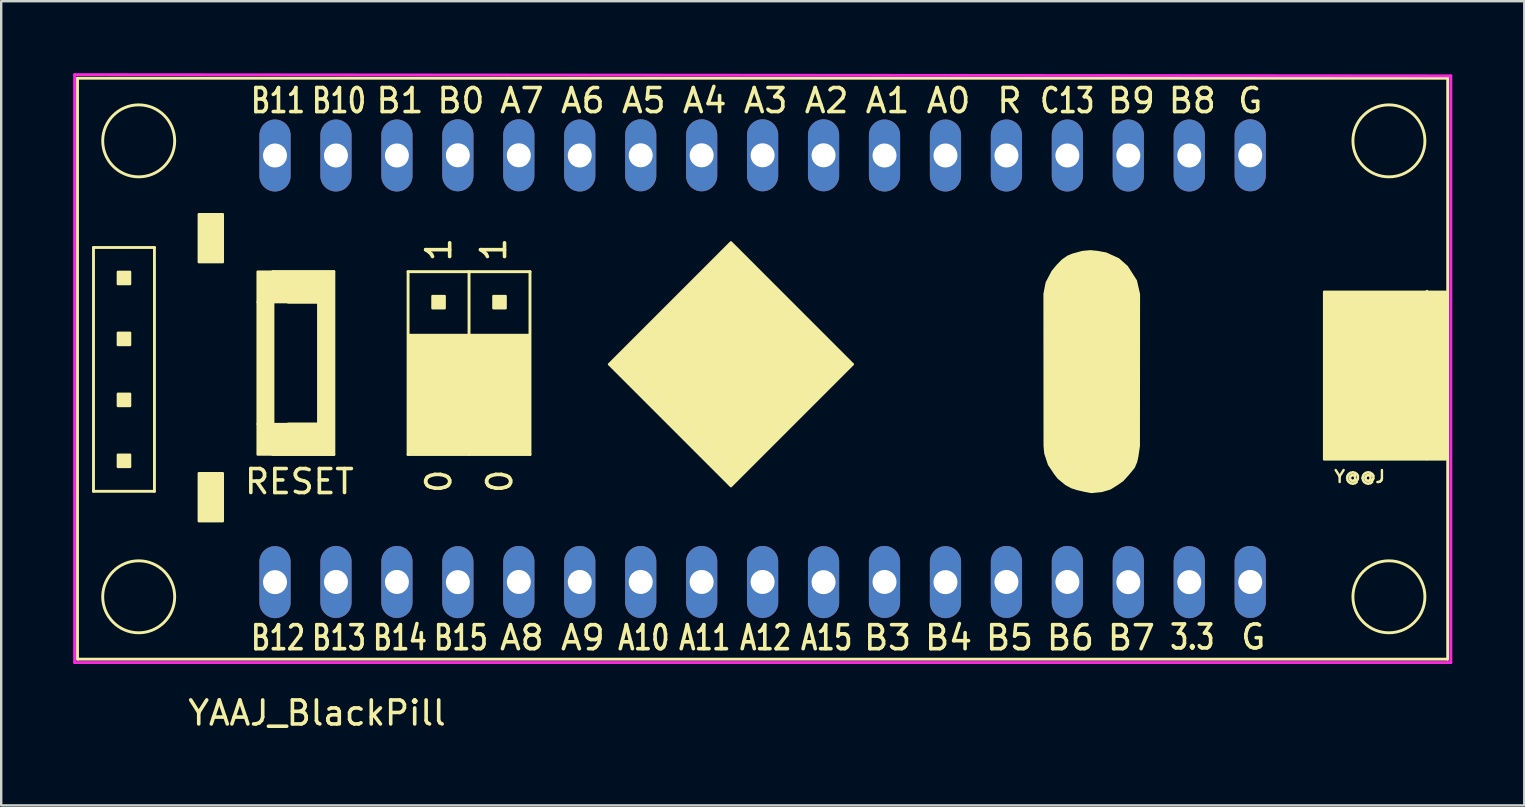
<source format=kicad_pcb>
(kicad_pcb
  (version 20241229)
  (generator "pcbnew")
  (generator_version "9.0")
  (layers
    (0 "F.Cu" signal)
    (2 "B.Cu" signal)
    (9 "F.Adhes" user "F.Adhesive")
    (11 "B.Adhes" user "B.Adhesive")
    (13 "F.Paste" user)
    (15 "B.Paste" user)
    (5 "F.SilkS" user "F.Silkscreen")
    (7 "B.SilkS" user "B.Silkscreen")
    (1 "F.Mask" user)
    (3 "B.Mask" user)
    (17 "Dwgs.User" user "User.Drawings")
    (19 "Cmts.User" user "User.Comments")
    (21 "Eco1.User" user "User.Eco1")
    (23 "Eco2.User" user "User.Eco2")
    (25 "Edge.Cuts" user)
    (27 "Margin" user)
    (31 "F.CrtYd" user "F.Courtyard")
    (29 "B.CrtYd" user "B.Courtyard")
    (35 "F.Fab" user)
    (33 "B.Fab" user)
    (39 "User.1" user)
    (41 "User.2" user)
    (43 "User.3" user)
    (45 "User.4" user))
  (footprint "YAAJ_BlackPill"
    (layer "F.Cu")
    (at 8.41 21.21)
    (property "Reference" "YAAJ_BlackPill" (at 1.75 5.453 180) (layer "F.SilkS") (effects (font (size 1 1) (thickness 0.15))))
    (attr through_hole)
    (fp_line (start -8.23 -21) (end 48.87 -21) (stroke (width 0.12) (type solid)) (layer "F.SilkS"))
    (fp_line (start -8.23 3.21) (end -8.23 -21) (stroke (width 0.12) (type solid)) (layer "F.SilkS"))
    (fp_line (start -7.564 -13.946) (end -7.564 -3.786) (stroke (width 0.12) (type solid)) (layer "F.SilkS"))
    (fp_line (start -7.564 -3.786) (end -5.024 -3.786) (stroke (width 0.12) (type solid)) (layer "F.SilkS"))
    (fp_line (start -5.024 -13.946) (end -7.564 -13.946) (stroke (width 0.12) (type solid)) (layer "F.SilkS"))
    (fp_line (start -5.024 -3.786) (end -5.024 -13.946) (stroke (width 0.12) (type solid)) (layer "F.SilkS"))
    (fp_line (start -0.088 -12.939) (end 2.452 -12.939) (stroke (width 0.12) (type solid)) (layer "F.SilkS"))
    (fp_line (start -0.088 -5.319) (end -0.088 -12.939) (stroke (width 0.12) (type solid)) (layer "F.SilkS"))
    (fp_line (start 0.547 -11.669) (end 1.817 -11.669) (stroke (width 0.12) (type solid)) (layer "F.SilkS"))
    (fp_line (start 1.817 -11.669) (end 1.817 -6.589) (stroke (width 0.12) (type solid)) (layer "F.SilkS"))
    (fp_line (start 1.817 -6.589) (end 0.547 -6.589) (stroke (width 0.12) (type solid)) (layer "F.SilkS"))
    (fp_line (start 2.452 -12.939) (end 2.452 -5.319) (stroke (width 0.12) (type solid)) (layer "F.SilkS"))
    (fp_line (start 2.452 -5.319) (end -0.088 -5.319) (stroke (width 0.12) (type solid)) (layer "F.SilkS"))
    (fp_line (start 5.546 -12.939) (end 5.546 -5.319) (stroke (width 0.12) (type solid)) (layer "F.SilkS"))
    (fp_line (start 5.546 -5.319) (end 10.626 -5.319) (stroke (width 0.12) (type solid)) (layer "F.SilkS"))
    (fp_line (start 8.086 -5.319) (end 8.086 -12.939) (stroke (width 0.12) (type solid)) (layer "F.SilkS"))
    (fp_line (start 10.626 -12.939) (end 5.546 -12.939) (stroke (width 0.12) (type solid)) (layer "F.SilkS"))
    (fp_line (start 10.626 -5.319) (end 10.626 -12.939) (stroke (width 0.12) (type solid)) (layer "F.SilkS"))
    (fp_line (start 35.151 -4.58) (end 35.151 -10.676) (stroke (width 0.12) (type solid)) (layer "F.SilkS"))
    (fp_line (start 48.004 -5.135) (end 48.004 -12.12) (stroke (width 0.12) (type solid)) (layer "F.SilkS"))
    (fp_line (start 48.87 -21) (end 48.87 3.21) (stroke (width 0.12) (type solid)) (layer "F.SilkS"))
    (fp_line (start 48.87 3.21) (end -8.23 3.21) (stroke (width 0.12) (type solid)) (layer "F.SilkS"))
    (fp_circle (center -5.68 -18.39) (end -4.18 -18.39) (stroke (width 0.12) (type solid)) (fill no) (layer "F.SilkS"))
    (fp_circle (center -5.68 0.61) (end -4.18 0.61) (stroke (width 0.12) (type solid)) (fill no) (layer "F.SilkS"))
    (fp_circle (center 46.42 -18.39) (end 47.92 -18.39) (stroke (width 0.12) (type solid)) (fill no) (layer "F.SilkS"))
    (fp_circle (center 46.42 0.61) (end 47.92 0.61) (stroke (width 0.12) (type solid)) (fill no) (layer "F.SilkS"))
    (fp_poly (pts (xy -6.548 -12.422) (xy -6.04 -12.422) (xy -6.04 -12.93) (xy -6.548 -12.93)) (stroke (width 0.1) (type solid)) (fill yes) (layer "F.SilkS"))
    (fp_poly (pts (xy -6.548 -9.882) (xy -6.04 -9.882) (xy -6.04 -10.39) (xy -6.548 -10.39)) (stroke (width 0.1) (type solid)) (fill yes) (layer "F.SilkS"))
    (fp_poly (pts (xy -6.548 -7.342) (xy -6.04 -7.342) (xy -6.04 -7.85) (xy -6.548 -7.85)) (stroke (width 0.1) (type solid)) (fill yes) (layer "F.SilkS"))
    (fp_poly (pts (xy -6.548 -4.802) (xy -6.04 -4.802) (xy -6.04 -5.31) (xy -6.548 -5.31)) (stroke (width 0.1) (type solid)) (fill yes) (layer "F.SilkS"))
    (fp_poly (pts (xy -3.175 -15.335) (xy -3.175 -13.335) (xy -2.175 -13.335) (xy -2.175 -15.335)) (stroke (width 0.1) (type solid)) (fill yes) (layer "F.SilkS"))
    (fp_poly (pts (xy -2.175 -4.54) (xy -3.175 -4.54) (xy -3.175 -2.54) (xy -2.175 -2.54)) (stroke (width 0.1) (type solid)) (fill yes) (layer "F.SilkS"))
    (fp_poly (pts (xy -0.088 -6.589) (xy -0.723 -6.589) (xy -0.723 -11.669) (xy -0.088 -11.669)) (stroke (width 0.1) (type solid)) (fill yes) (layer "F.SilkS"))
    (fp_poly (pts (xy 2.452 -11.669) (xy -0.723 -11.669) (xy -0.723 -12.939) (xy 2.452 -12.939)) (stroke (width 0.1) (type solid)) (fill yes) (layer "F.SilkS"))
    (fp_poly (pts (xy 2.452 -6.589) (xy 1.817 -6.589) (xy 1.817 -11.669) (xy 2.452 -11.669)) (stroke (width 0.1) (type solid)) (fill yes) (layer "F.SilkS"))
    (fp_poly (pts (xy 2.452 -5.319) (xy -0.723 -5.319) (xy -0.723 -6.589) (xy 2.452 -6.589)) (stroke (width 0.1) (type solid)) (fill yes) (layer "F.SilkS"))
    (fp_poly (pts (xy 5.6 -5.4) (xy 5.6 -10.3) (xy 10.6 -10.3) (xy 10.6 -5.4)) (stroke (width 0.1) (type solid)) (fill yes) (layer "F.SilkS"))
    (fp_poly (pts (xy 7.07 -11.415) (xy 6.562 -11.415) (xy 6.562 -11.923) (xy 7.07 -11.923)) (stroke (width 0.1) (type solid)) (fill yes) (layer "F.SilkS"))
    (fp_poly (pts (xy 7.07 -8.875) (xy 6.562 -8.875) (xy 6.562 -9.383) (xy 7.07 -9.383)) (stroke (width 0.1) (type solid)) (fill yes) (layer "F.SilkS"))
    (fp_poly (pts (xy 7.07 -6.335) (xy 7.07 -6.843) (xy 6.562 -6.843) (xy 6.562 -6.335)) (stroke (width 0.1) (type solid)) (fill yes) (layer "F.SilkS"))
    (fp_poly (pts (xy 9.61 -11.415) (xy 9.61 -11.923) (xy 9.102 -11.923) (xy 9.102 -11.415)) (stroke (width 0.1) (type solid)) (fill yes) (layer "F.SilkS"))
    (fp_poly (pts (xy 9.61 -8.875) (xy 9.102 -8.875) (xy 9.102 -9.383) (xy 9.61 -9.383)) (stroke (width 0.1) (type solid)) (fill yes) (layer "F.SilkS"))
    (fp_poly (pts (xy 9.61 -6.335) (xy 9.102 -6.335) (xy 9.102 -6.843) (xy 9.61 -6.843)) (stroke (width 0.1) (type solid)) (fill yes) (layer "F.SilkS"))
    (fp_poly (pts (xy 13.92 -9.08) (xy 19 -4) (xy 24.08 -9.08) (xy 19 -14.16)) (stroke (width 0.1) (type solid)) (fill yes) (layer "F.SilkS"))
    (fp_poly (pts (xy 43.72 -5.115) (xy 48.8 -5.115) (xy 48.8 -12.1) (xy 43.72 -12.1)) (stroke (width 0.1) (type solid)) (fill yes) (layer "F.SilkS"))
    (fp_poly (pts (xy 32.104 -5.371) (xy 32.257 -4.907) (xy 32.514 -4.524) (xy 32.65 -4.347) (xy 32.965 -4.088) (xy 33.198 -3.961) (xy 33.43 -3.885) (xy 33.734 -3.814) (xy 34.021 -3.76) (xy 34.448 -3.803) (xy 34.798 -3.906) (xy 35.103 -4.098) (xy 35.319 -4.25) (xy 35.545 -4.499) (xy 35.784 -4.789) (xy 35.881 -5.018) (xy 35.926 -5.211) (xy 35.995 -5.675) (xy 36 -12) (xy 35.873 -12.556) (xy 35.5 -13.14) (xy 35.149 -13.453) (xy 34.633 -13.69) (xy 34.288 -13.754) (xy 33.983 -13.786) (xy 33.651 -13.755) (xy 33.249 -13.646) (xy 33.051 -13.565) (xy 32.828 -13.412) (xy 32.612 -13.191) (xy 32.406 -12.942) (xy 32.162 -12.48) (xy 32.071 -12.005) (xy 32.076 -5.683)) (stroke (width 0.1) (type solid)) (fill yes) (layer "F.SilkS"))
    (fp_line (start -8.35 -21.15) (end -8.35 3.35) (stroke (width 0.12) (type solid)) (layer "F.CrtYd"))
    (fp_line (start -8.35 3.35) (end 49 3.35) (stroke (width 0.12) (type solid)) (layer "F.CrtYd"))
    (fp_line (start 49 -21.1) (end -8.35 -21.15) (stroke (width 0.12) (type solid)) (layer "F.CrtYd"))
    (fp_line (start 49 3.35) (end 49 -21.1) (stroke (width 0.12) (type solid)) (layer "F.CrtYd"))
    (fp_text user "A9" (at 12.827 2.317 0) (layer "F.SilkS") (effects (font (size 1 1) (thickness 0.15))))
    (fp_text user "B11" (at 0.127 -20.066 0) (layer "F.SilkS") (effects (font (size 1 0.762) (thickness 0.15))))
    (fp_text user "A1" (at 25.527 -20.066 0) (layer "F.SilkS") (effects (font (size 1 1) (thickness 0.15))))
    (fp_text user "A6" (at 12.827 -20.066 0) (layer "F.SilkS") (effects (font (size 1 1) (thickness 0.15))))
    (fp_text user "A10" (at 15.367 2.317 0) (layer "F.SilkS") (effects (font (size 1 0.762) (thickness 0.15))))
    (fp_text user "0" (at 6.824 -4.204 90) (layer "F.SilkS") (effects (font (size 1 1) (thickness 0.15))))
    (fp_text user "Y@@J" (at 45.2 -4.4 0) (layer "F.SilkS") (effects (font (size 0.5 0.5) (thickness 0.1))))
    (fp_text user "RESET" (at 1.016 -4.191 0) (layer "F.SilkS") (effects (font (size 1 1) (thickness 0.15))))
    (fp_text user "0" (at 9.364 -4.204 90) (layer "F.SilkS") (effects (font (size 1 1) (thickness 0.15))))
    (fp_text user "A12" (at 20.447 2.317 0) (layer "F.SilkS") (effects (font (size 1 0.762) (thickness 0.15))))
    (fp_text user "A11" (at 17.907 2.317 0) (layer "F.SilkS") (effects (font (size 1 0.762) (thickness 0.15))))
    (fp_text user "B7" (at 35.687 2.317 0) (layer "F.SilkS") (effects (font (size 1 1) (thickness 0.15))))
    (fp_text user "B1" (at 5.207 -20.066 0) (layer "F.SilkS") (effects (font (size 1 1) (thickness 0.15))))
    (fp_text user "B12" (at 0.127 2.317 0) (layer "F.SilkS") (effects (font (size 1 0.762) (thickness 0.15))))
    (fp_text user "R" (at 30.607 -20.066 0) (layer "F.SilkS") (effects (font (size 1 1) (thickness 0.15))))
    (fp_text user "A0" (at 28.067 -20.066 0) (layer "F.SilkS") (effects (font (size 1 1) (thickness 0.15))))
    (fp_text user "B0" (at 7.747 -20.066 0) (layer "F.SilkS") (effects (font (size 1 1) (thickness 0.15))))
    (fp_text user "3.3" (at 38.227 2.286 0) (layer "F.SilkS") (effects (font (size 1 0.762) (thickness 0.15))))
    (fp_text user "1" (at 6.824 -13.856 90) (layer "F.SilkS") (effects (font (size 1 1) (thickness 0.15))))
    (fp_text user "G" (at 40.64 -20.066 0) (layer "F.SilkS") (effects (font (size 1 1) (thickness 0.15))))
    (fp_text user "A15" (at 22.987 2.317 0) (layer "F.SilkS") (effects (font (size 1 0.762) (thickness 0.15))))
    (fp_text user "B6" (at 33.147 2.317 0) (layer "F.SilkS") (effects (font (size 1 1) (thickness 0.15))))
    (fp_text user "B13" (at 2.667 2.317 0) (layer "F.SilkS") (effects (font (size 1 0.762) (thickness 0.15))))
    (fp_text user "B15" (at 7.747 2.317 0) (layer "F.SilkS") (effects (font (size 1 0.762) (thickness 0.15))))
    (fp_text user "A7" (at 10.287 -20.066 0) (layer "F.SilkS") (effects (font (size 1 1) (thickness 0.15))))
    (fp_text user "B4" (at 28.067 2.317 0) (layer "F.SilkS") (effects (font (size 1 1) (thickness 0.15))))
    (fp_text user "A5" (at 15.367 -20.066 0) (layer "F.SilkS") (effects (font (size 1 1) (thickness 0.15))))
    (fp_text user "A4" (at 17.907 -20.066 0) (layer "F.SilkS") (effects (font (size 1 1) (thickness 0.15))))
    (fp_text user "A2" (at 22.987 -20.066 0) (layer "F.SilkS") (effects (font (size 1 1) (thickness 0.15))))
    (fp_text user "G" (at 40.767 2.286 0) (layer "F.SilkS") (effects (font (size 1 1) (thickness 0.15))))
    (fp_text user "B8" (at 38.227 -20.066 0) (layer "F.SilkS") (effects (font (size 1 1) (thickness 0.15))))
    (fp_text user "A8" (at 10.287 2.317 0) (layer "F.SilkS") (effects (font (size 1 1) (thickness 0.15))))
    (fp_text user "B10" (at 2.667 -20.066 0) (layer "F.SilkS") (effects (font (size 1 0.762) (thickness 0.15))))
    (fp_text user "B3" (at 25.527 2.317 0) (layer "F.SilkS") (effects (font (size 1 1) (thickness 0.15))))
    (fp_text user "B5" (at 30.607 2.317 0) (layer "F.SilkS") (effects (font (size 1 1) (thickness 0.15))))
    (fp_text user "1" (at 9.11 -13.856 90) (layer "F.SilkS") (effects (font (size 1 1) (thickness 0.15))))
    (fp_text user "B14" (at 5.207 2.317 0) (layer "F.SilkS") (effects (font (size 1 0.762) (thickness 0.15))))
    (fp_text user "B9" (at 35.687 -20.066 0) (layer "F.SilkS") (effects (font (size 1 1) (thickness 0.15))))
    (fp_text user "C13" (at 33.02 -20.066 0) (layer "F.SilkS") (effects (font (size 1 0.762) (thickness 0.15))))
    (fp_text user "A3" (at 20.447 -20.066 0) (layer "F.SilkS") (effects (font (size 1 1) (thickness 0.15))))
    (pad "1" thru_hole oval (at 0 0) (size 1.3 3) (drill 1) (layers "*.Cu" "*.Mask"))
    (pad "2" thru_hole oval (at 2.54 -0.008) (size 1.3 3) (drill 1) (layers "*.Cu" "*.Mask"))
    (pad "3" thru_hole oval (at 5.08 -0.008) (size 1.3 3) (drill 1) (layers "*.Cu" "*.Mask"))
    (pad "4" thru_hole oval (at 7.62 0) (size 1.3 3) (drill 1) (layers "*.Cu" "*.Mask"))
    (pad "5" thru_hole oval (at 10.16 -0.008) (size 1.3 3) (drill 1) (layers "*.Cu" "*.Mask"))
    (pad "6" thru_hole oval (at 12.7 -0.008) (size 1.3 3) (drill 1) (layers "*.Cu" "*.Mask"))
    (pad "7" thru_hole oval (at 15.24 -0.008) (size 1.3 3) (drill 1) (layers "*.Cu" "*.Mask"))
    (pad "8" thru_hole oval (at 17.78 -0.008) (size 1.3 3) (drill 1) (layers "*.Cu" "*.Mask"))
    (pad "9" thru_hole oval (at 20.32 -0.008) (size 1.3 3) (drill 1) (layers "*.Cu" "*.Mask"))
    (pad "10" thru_hole oval (at 22.86 0) (size 1.3 3) (drill 1) (layers "*.Cu" "*.Mask"))
    (pad "11" thru_hole oval (at 25.4 -0.008) (size 1.3 3) (drill 1) (layers "*.Cu" "*.Mask"))
    (pad "12" thru_hole oval (at 27.94 0) (size 1.3 3) (drill 1) (layers "*.Cu" "*.Mask"))
    (pad "13" thru_hole oval (at 30.48 -0.008) (size 1.3 3) (drill 1) (layers "*.Cu" "*.Mask"))
    (pad "14" thru_hole oval (at 33.02 -0.008) (size 1.3 3) (drill 1) (layers "*.Cu" "*.Mask"))
    (pad "15" thru_hole oval (at 35.56 0) (size 1.3 3) (drill 1) (layers "*.Cu" "*.Mask"))
    (pad "16" thru_hole oval (at 38.1 0) (size 1.3 3) (drill 1) (layers "*.Cu" "*.Mask"))
    (pad "17" thru_hole oval (at 40.64 -0.008) (size 1.3 3) (drill 1) (layers "*.Cu" "*.Mask"))
    (pad "18" thru_hole oval (at 40.64 -17.788) (size 1.3 3) (drill 1) (layers "*.Cu" "*.Mask"))
    (pad "19" thru_hole oval (at 38.1 -17.78) (size 1.3 3) (drill 1) (layers "*.Cu" "*.Mask"))
    (pad "20" thru_hole oval (at 35.56 -17.78) (size 1.3 3) (drill 1) (layers "*.Cu" "*.Mask"))
    (pad "21" thru_hole oval (at 33.02 -17.78) (size 1.3 3) (drill 1) (layers "*.Cu" "*.Mask"))
    (pad "22" thru_hole oval (at 30.48 -17.78) (size 1.3 3) (drill 1) (layers "*.Cu" "*.Mask"))
    (pad "23" thru_hole oval (at 27.94 -17.78) (size 1.3 3) (drill 1) (layers "*.Cu" "*.Mask"))
    (pad "24" thru_hole oval (at 25.4 -17.78) (size 1.3 3) (drill 1) (layers "*.Cu" "*.Mask"))
    (pad "25" thru_hole oval (at 22.86 -17.788) (size 1.3 3) (drill 1) (layers "*.Cu" "*.Mask"))
    (pad "26" thru_hole oval (at 20.32 -17.788) (size 1.3 3) (drill 1) (layers "*.Cu" "*.Mask"))
    (pad "27" thru_hole oval (at 17.78 -17.788) (size 1.3 3) (drill 1) (layers "*.Cu" "*.Mask"))
    (pad "28" thru_hole oval (at 15.24 -17.788) (size 1.3 3) (drill 1) (layers "*.Cu" "*.Mask"))
    (pad "29" thru_hole oval (at 12.7 -17.78) (size 1.3 3) (drill 1) (layers "*.Cu" "*.Mask"))
    (pad "30" thru_hole oval (at 10.16 -17.788) (size 1.3 3) (drill 1) (layers "*.Cu" "*.Mask"))
    (pad "31" thru_hole oval (at 7.62 -17.788) (size 1.3 3) (drill 1) (layers "*.Cu" "*.Mask"))
    (pad "32" thru_hole oval (at 5.08 -17.78) (size 1.3 3) (drill 1) (layers "*.Cu" "*.Mask"))
    (pad "33" thru_hole oval (at 2.54 -17.78) (size 1.3 3) (drill 1) (layers "*.Cu" "*.Mask"))
    (pad "34" thru_hole oval (at 0 -17.78) (size 1.3 3) (drill 1) (layers "*.Cu" "*.Mask")))
  (gr_rect
    (start -3 -3)
    (end 60.47 30.512)
    (stroke (width 0.1) (type default))
    (fill no)
    (layer "Edge.Cuts")))
</source>
